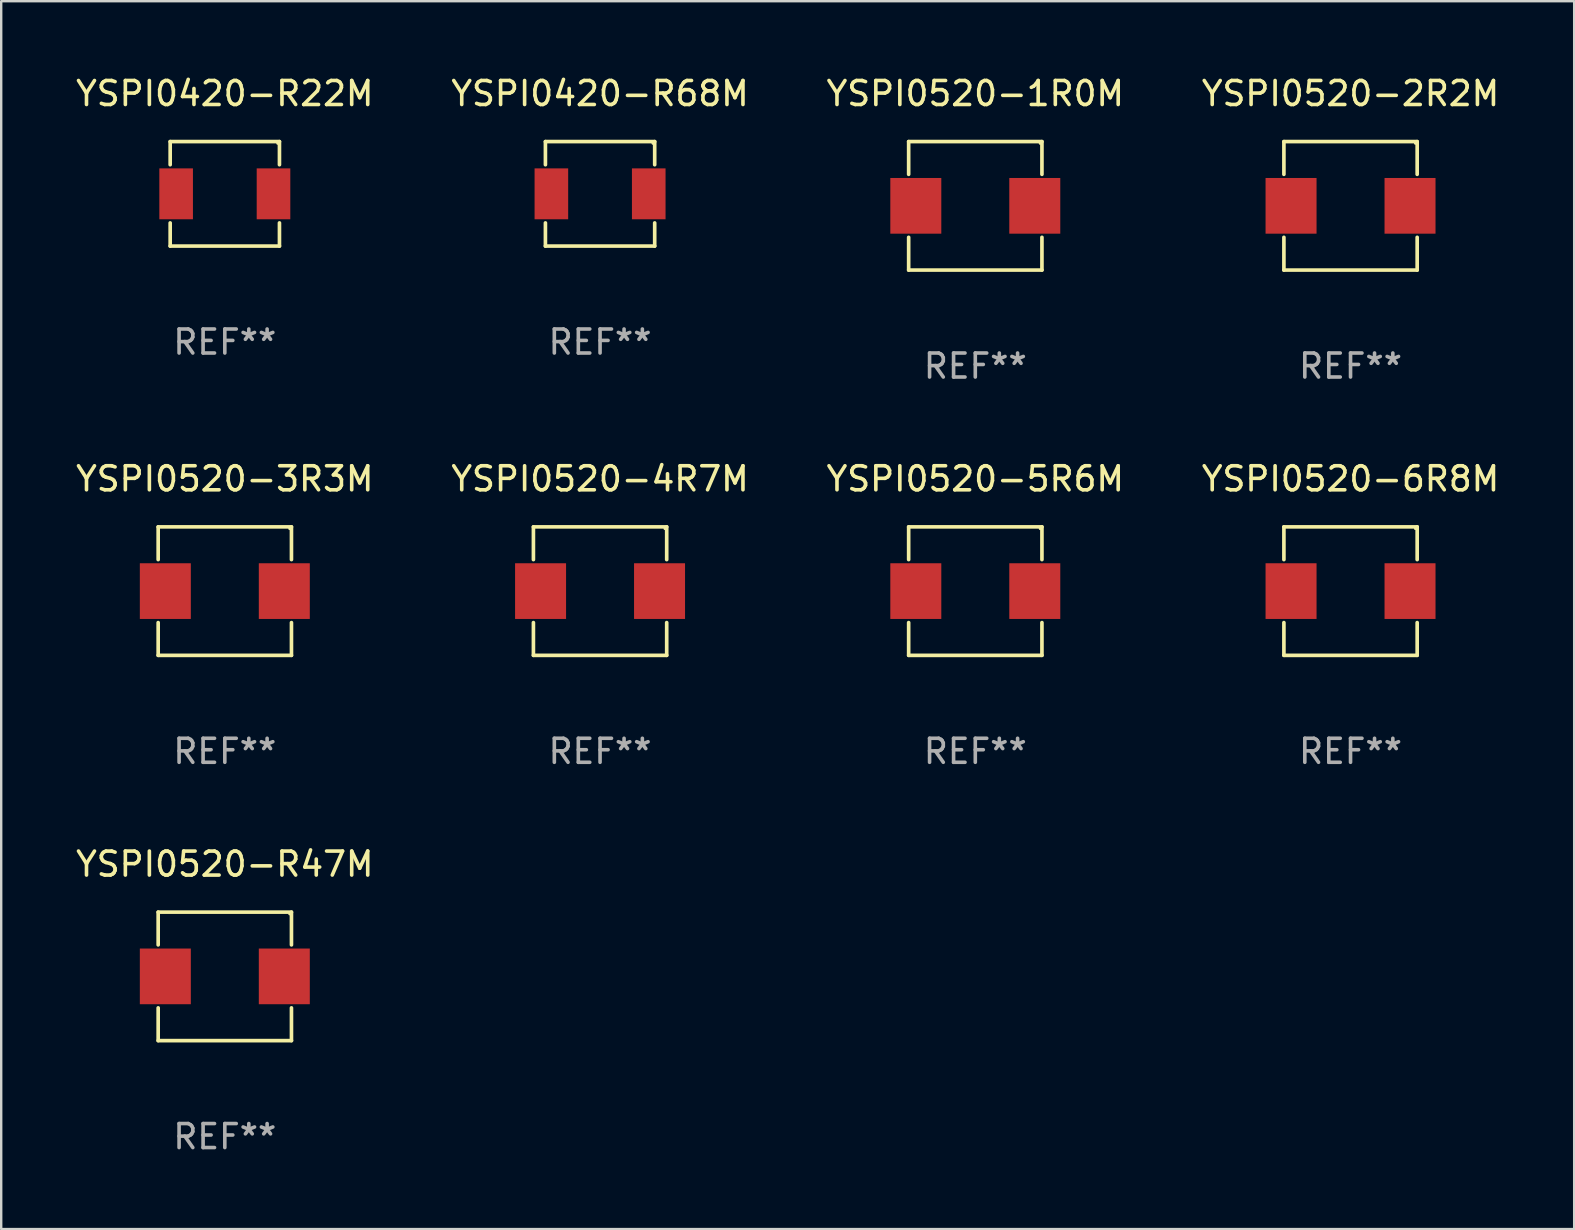
<source format=kicad_pcb>
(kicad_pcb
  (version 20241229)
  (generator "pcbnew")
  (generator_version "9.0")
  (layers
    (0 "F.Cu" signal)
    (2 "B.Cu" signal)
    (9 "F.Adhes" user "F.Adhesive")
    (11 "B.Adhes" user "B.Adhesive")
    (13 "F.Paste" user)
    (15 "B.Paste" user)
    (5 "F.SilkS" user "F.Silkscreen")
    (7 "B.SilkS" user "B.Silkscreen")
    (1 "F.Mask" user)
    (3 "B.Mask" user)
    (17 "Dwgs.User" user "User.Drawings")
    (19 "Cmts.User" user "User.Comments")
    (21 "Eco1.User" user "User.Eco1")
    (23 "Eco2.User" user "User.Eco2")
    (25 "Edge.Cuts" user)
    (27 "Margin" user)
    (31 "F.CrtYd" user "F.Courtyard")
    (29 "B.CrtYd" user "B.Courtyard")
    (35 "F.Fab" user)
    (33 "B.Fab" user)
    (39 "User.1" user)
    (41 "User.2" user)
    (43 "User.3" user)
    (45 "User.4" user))
  (footprint "YSPI0520-1R0M"
    (layer "F.Cu")
    (at 37.577 5.524)
    (property "Reference" "YSPI0520-1R0M" (at 0 -4.676 0) (layer "F.SilkS") (effects (font (size 1 1) (thickness 0.15))))
    (attr through_hole)
    (fp_line (start -2.776 -2.676) (end 2.776 -2.676) (stroke (width 0.152) (type solid)) (layer "F.SilkS"))
    (fp_line (start -2.776 -1.312) (end -2.776 -2.676) (stroke (width 0.152) (type solid)) (layer "F.SilkS"))
    (fp_line (start -2.776 1.312) (end -2.776 2.676) (stroke (width 0.152) (type solid)) (layer "F.SilkS"))
    (fp_line (start -2.776 2.676) (end 2.776 2.676) (stroke (width 0.152) (type solid)) (layer "F.SilkS"))
    (fp_line (start 2.776 -2.676) (end 2.776 -1.312) (stroke (width 0.152) (type solid)) (layer "F.SilkS"))
    (fp_line (start 2.776 2.676) (end 2.776 1.312) (stroke (width 0.152) (type solid)) (layer "F.SilkS"))
    (fp_circle (center 2.7 -2.6) (end 2.73 -2.6) (stroke (width 0.06) (type solid)) (fill no) (layer "F.SilkS"))
    (fp_text user "REF**" (at 0 6.676 0) (layer "F.Fab") (effects (font (size 1 1) (thickness 0.15))))
    (pad "1" smd rect (at 2.478 0) (size 2.124 2.32) (layers "F.Cu" "F.Mask" "F.Paste"))
    (pad "2" smd rect (at -2.478 0) (size 2.124 2.32) (layers "F.Cu" "F.Mask" "F.Paste")))
  (footprint "YSPI0520-4R7M"
    (layer "F.Cu")
    (at 21.946 21.573)
    (property "Reference" "YSPI0520-4R7M" (at 0 -4.676 0) (layer "F.SilkS") (effects (font (size 1 1) (thickness 0.15))))
    (attr through_hole)
    (fp_line (start -2.776 -2.676) (end 2.776 -2.676) (stroke (width 0.152) (type solid)) (layer "F.SilkS"))
    (fp_line (start -2.776 -1.312) (end -2.776 -2.676) (stroke (width 0.152) (type solid)) (layer "F.SilkS"))
    (fp_line (start -2.776 1.312) (end -2.776 2.676) (stroke (width 0.152) (type solid)) (layer "F.SilkS"))
    (fp_line (start -2.776 2.676) (end 2.776 2.676) (stroke (width 0.152) (type solid)) (layer "F.SilkS"))
    (fp_line (start 2.776 -2.676) (end 2.776 -1.312) (stroke (width 0.152) (type solid)) (layer "F.SilkS"))
    (fp_line (start 2.776 2.676) (end 2.776 1.312) (stroke (width 0.152) (type solid)) (layer "F.SilkS"))
    (fp_circle (center 2.7 -2.6) (end 2.73 -2.6) (stroke (width 0.06) (type solid)) (fill no) (layer "F.SilkS"))
    (fp_text user "REF**" (at 0 6.676 0) (layer "F.Fab") (effects (font (size 1 1) (thickness 0.15))))
    (pad "1" smd rect (at 2.478 0) (size 2.124 2.32) (layers "F.Cu" "F.Mask" "F.Paste"))
    (pad "2" smd rect (at -2.478 0) (size 2.124 2.32) (layers "F.Cu" "F.Mask" "F.Paste")))
  (footprint "YSPI0420-R68M"
    (layer "F.Cu")
    (at 21.946 5.024)
    (property "Reference" "YSPI0420-R68M" (at 0 -4.176 0) (layer "F.SilkS") (effects (font (size 1 1) (thickness 0.15))))
    (attr through_hole)
    (fp_line (start -2.276 -2.176) (end 2.276 -2.176) (stroke (width 0.152) (type solid)) (layer "F.SilkS"))
    (fp_line (start -2.276 -1.212) (end -2.276 -2.176) (stroke (width 0.152) (type solid)) (layer "F.SilkS"))
    (fp_line (start -2.276 1.212) (end -2.276 2.176) (stroke (width 0.152) (type solid)) (layer "F.SilkS"))
    (fp_line (start -2.276 2.176) (end 2.276 2.176) (stroke (width 0.152) (type solid)) (layer "F.SilkS"))
    (fp_line (start 2.276 -2.176) (end 2.276 -1.212) (stroke (width 0.152) (type solid)) (layer "F.SilkS"))
    (fp_line (start 2.276 2.176) (end 2.276 1.212) (stroke (width 0.152) (type solid)) (layer "F.SilkS"))
    (fp_circle (center 2.2 -2.1) (end 2.23 -2.1) (stroke (width 0.06) (type solid)) (fill no) (layer "F.SilkS"))
    (fp_text user "REF**" (at 0 6.176 0) (layer "F.Fab") (effects (font (size 1 1) (thickness 0.15))))
    (pad "1" smd rect (at 2.028 0) (size 1.4 2.12) (layers "F.Cu" "F.Mask" "F.Paste"))
    (pad "2" smd rect (at -2.028 0) (size 1.4 2.12) (layers "F.Cu" "F.Mask" "F.Paste")))
  (footprint "YSPI0520-2R2M"
    (layer "F.Cu")
    (at 53.208 5.524)
    (property "Reference" "YSPI0520-2R2M" (at 0 -4.676 0) (layer "F.SilkS") (effects (font (size 1 1) (thickness 0.15))))
    (attr through_hole)
    (fp_line (start -2.776 -2.676) (end 2.776 -2.676) (stroke (width 0.152) (type solid)) (layer "F.SilkS"))
    (fp_line (start -2.776 -1.312) (end -2.776 -2.676) (stroke (width 0.152) (type solid)) (layer "F.SilkS"))
    (fp_line (start -2.776 1.312) (end -2.776 2.676) (stroke (width 0.152) (type solid)) (layer "F.SilkS"))
    (fp_line (start -2.776 2.676) (end 2.776 2.676) (stroke (width 0.152) (type solid)) (layer "F.SilkS"))
    (fp_line (start 2.776 -2.676) (end 2.776 -1.312) (stroke (width 0.152) (type solid)) (layer "F.SilkS"))
    (fp_line (start 2.776 2.676) (end 2.776 1.312) (stroke (width 0.152) (type solid)) (layer "F.SilkS"))
    (fp_circle (center 2.7 -2.6) (end 2.73 -2.6) (stroke (width 0.06) (type solid)) (fill no) (layer "F.SilkS"))
    (fp_text user "REF**" (at 0 6.676 0) (layer "F.Fab") (effects (font (size 1 1) (thickness 0.15))))
    (pad "1" smd rect (at 2.478 0) (size 2.124 2.32) (layers "F.Cu" "F.Mask" "F.Paste"))
    (pad "2" smd rect (at -2.478 0) (size 2.124 2.32) (layers "F.Cu" "F.Mask" "F.Paste")))
  (footprint "YSPI0420-R22M"
    (layer "F.Cu")
    (at 6.315 5.024)
    (property "Reference" "YSPI0420-R22M" (at 0 -4.176 0) (layer "F.SilkS") (effects (font (size 1 1) (thickness 0.15))))
    (attr through_hole)
    (fp_line (start -2.276 -2.176) (end 2.276 -2.176) (stroke (width 0.152) (type solid)) (layer "F.SilkS"))
    (fp_line (start -2.276 -1.212) (end -2.276 -2.176) (stroke (width 0.152) (type solid)) (layer "F.SilkS"))
    (fp_line (start -2.276 1.212) (end -2.276 2.176) (stroke (width 0.152) (type solid)) (layer "F.SilkS"))
    (fp_line (start -2.276 2.176) (end 2.276 2.176) (stroke (width 0.152) (type solid)) (layer "F.SilkS"))
    (fp_line (start 2.276 -2.176) (end 2.276 -1.212) (stroke (width 0.152) (type solid)) (layer "F.SilkS"))
    (fp_line (start 2.276 2.176) (end 2.276 1.212) (stroke (width 0.152) (type solid)) (layer "F.SilkS"))
    (fp_circle (center 2.2 -2.1) (end 2.23 -2.1) (stroke (width 0.06) (type solid)) (fill no) (layer "F.SilkS"))
    (fp_text user "REF**" (at 0 6.176 0) (layer "F.Fab") (effects (font (size 1 1) (thickness 0.15))))
    (pad "1" smd rect (at 2.028 0) (size 1.4 2.12) (layers "F.Cu" "F.Mask" "F.Paste"))
    (pad "2" smd rect (at -2.028 0) (size 1.4 2.12) (layers "F.Cu" "F.Mask" "F.Paste")))
  (footprint "YSPI0520-5R6M"
    (layer "F.Cu")
    (at 37.577 21.573)
    (property "Reference" "YSPI0520-5R6M" (at 0 -4.676 0) (layer "F.SilkS") (effects (font (size 1 1) (thickness 0.15))))
    (attr through_hole)
    (fp_line (start -2.776 -2.676) (end 2.776 -2.676) (stroke (width 0.152) (type solid)) (layer "F.SilkS"))
    (fp_line (start -2.776 -1.312) (end -2.776 -2.676) (stroke (width 0.152) (type solid)) (layer "F.SilkS"))
    (fp_line (start -2.776 1.312) (end -2.776 2.676) (stroke (width 0.152) (type solid)) (layer "F.SilkS"))
    (fp_line (start -2.776 2.676) (end 2.776 2.676) (stroke (width 0.152) (type solid)) (layer "F.SilkS"))
    (fp_line (start 2.776 -2.676) (end 2.776 -1.312) (stroke (width 0.152) (type solid)) (layer "F.SilkS"))
    (fp_line (start 2.776 2.676) (end 2.776 1.312) (stroke (width 0.152) (type solid)) (layer "F.SilkS"))
    (fp_circle (center 2.7 -2.6) (end 2.73 -2.6) (stroke (width 0.06) (type solid)) (fill no) (layer "F.SilkS"))
    (fp_text user "REF**" (at 0 6.676 0) (layer "F.Fab") (effects (font (size 1 1) (thickness 0.15))))
    (pad "1" smd rect (at 2.478 0) (size 2.124 2.32) (layers "F.Cu" "F.Mask" "F.Paste"))
    (pad "2" smd rect (at -2.478 0) (size 2.124 2.32) (layers "F.Cu" "F.Mask" "F.Paste")))
  (footprint "YSPI0520-R47M"
    (layer "F.Cu")
    (at 6.315 37.622)
    (property "Reference" "YSPI0520-R47M" (at 0 -4.676 0) (layer "F.SilkS") (effects (font (size 1 1) (thickness 0.15))))
    (attr through_hole)
    (fp_line (start -2.776 -2.676) (end 2.776 -2.676) (stroke (width 0.152) (type solid)) (layer "F.SilkS"))
    (fp_line (start -2.776 -1.312) (end -2.776 -2.676) (stroke (width 0.152) (type solid)) (layer "F.SilkS"))
    (fp_line (start -2.776 1.312) (end -2.776 2.676) (stroke (width 0.152) (type solid)) (layer "F.SilkS"))
    (fp_line (start -2.776 2.676) (end 2.776 2.676) (stroke (width 0.152) (type solid)) (layer "F.SilkS"))
    (fp_line (start 2.776 -2.676) (end 2.776 -1.312) (stroke (width 0.152) (type solid)) (layer "F.SilkS"))
    (fp_line (start 2.776 2.676) (end 2.776 1.312) (stroke (width 0.152) (type solid)) (layer "F.SilkS"))
    (fp_circle (center 2.7 -2.6) (end 2.73 -2.6) (stroke (width 0.06) (type solid)) (fill no) (layer "F.SilkS"))
    (fp_text user "REF**" (at 0 6.676 0) (layer "F.Fab") (effects (font (size 1 1) (thickness 0.15))))
    (pad "1" smd rect (at 2.478 0) (size 2.124 2.32) (layers "F.Cu" "F.Mask" "F.Paste"))
    (pad "2" smd rect (at -2.478 0) (size 2.124 2.32) (layers "F.Cu" "F.Mask" "F.Paste")))
  (footprint "YSPI0520-6R8M"
    (layer "F.Cu")
    (at 53.208 21.573)
    (property "Reference" "YSPI0520-6R8M" (at 0 -4.676 0) (layer "F.SilkS") (effects (font (size 1 1) (thickness 0.15))))
    (attr through_hole)
    (fp_line (start -2.776 -2.676) (end 2.776 -2.676) (stroke (width 0.152) (type solid)) (layer "F.SilkS"))
    (fp_line (start -2.776 -1.312) (end -2.776 -2.676) (stroke (width 0.152) (type solid)) (layer "F.SilkS"))
    (fp_line (start -2.776 1.312) (end -2.776 2.676) (stroke (width 0.152) (type solid)) (layer "F.SilkS"))
    (fp_line (start -2.776 2.676) (end 2.776 2.676) (stroke (width 0.152) (type solid)) (layer "F.SilkS"))
    (fp_line (start 2.776 -2.676) (end 2.776 -1.312) (stroke (width 0.152) (type solid)) (layer "F.SilkS"))
    (fp_line (start 2.776 2.676) (end 2.776 1.312) (stroke (width 0.152) (type solid)) (layer "F.SilkS"))
    (fp_circle (center 2.7 -2.6) (end 2.73 -2.6) (stroke (width 0.06) (type solid)) (fill no) (layer "F.SilkS"))
    (fp_text user "REF**" (at 0 6.676 0) (layer "F.Fab") (effects (font (size 1 1) (thickness 0.15))))
    (pad "1" smd rect (at 2.478 0) (size 2.124 2.32) (layers "F.Cu" "F.Mask" "F.Paste"))
    (pad "2" smd rect (at -2.478 0) (size 2.124 2.32) (layers "F.Cu" "F.Mask" "F.Paste")))
  (footprint "YSPI0520-3R3M"
    (layer "F.Cu")
    (at 6.315 21.573)
    (property "Reference" "YSPI0520-3R3M" (at 0 -4.676 0) (layer "F.SilkS") (effects (font (size 1 1) (thickness 0.15))))
    (attr through_hole)
    (fp_line (start -2.776 -2.676) (end 2.776 -2.676) (stroke (width 0.152) (type solid)) (layer "F.SilkS"))
    (fp_line (start -2.776 -1.312) (end -2.776 -2.676) (stroke (width 0.152) (type solid)) (layer "F.SilkS"))
    (fp_line (start -2.776 1.312) (end -2.776 2.676) (stroke (width 0.152) (type solid)) (layer "F.SilkS"))
    (fp_line (start -2.776 2.676) (end 2.776 2.676) (stroke (width 0.152) (type solid)) (layer "F.SilkS"))
    (fp_line (start 2.776 -2.676) (end 2.776 -1.312) (stroke (width 0.152) (type solid)) (layer "F.SilkS"))
    (fp_line (start 2.776 2.676) (end 2.776 1.312) (stroke (width 0.152) (type solid)) (layer "F.SilkS"))
    (fp_circle (center 2.7 -2.6) (end 2.73 -2.6) (stroke (width 0.06) (type solid)) (fill no) (layer "F.SilkS"))
    (fp_text user "REF**" (at 0 6.676 0) (layer "F.Fab") (effects (font (size 1 1) (thickness 0.15))))
    (pad "1" smd rect (at 2.478 0) (size 2.124 2.32) (layers "F.Cu" "F.Mask" "F.Paste"))
    (pad "2" smd rect (at -2.478 0) (size 2.124 2.32) (layers "F.Cu" "F.Mask" "F.Paste")))
  (gr_rect
    (start -3 -3)
    (end 62.524 48.147)
    (stroke (width 0.1) (type default))
    (fill no)
    (layer "Edge.Cuts")))
</source>
